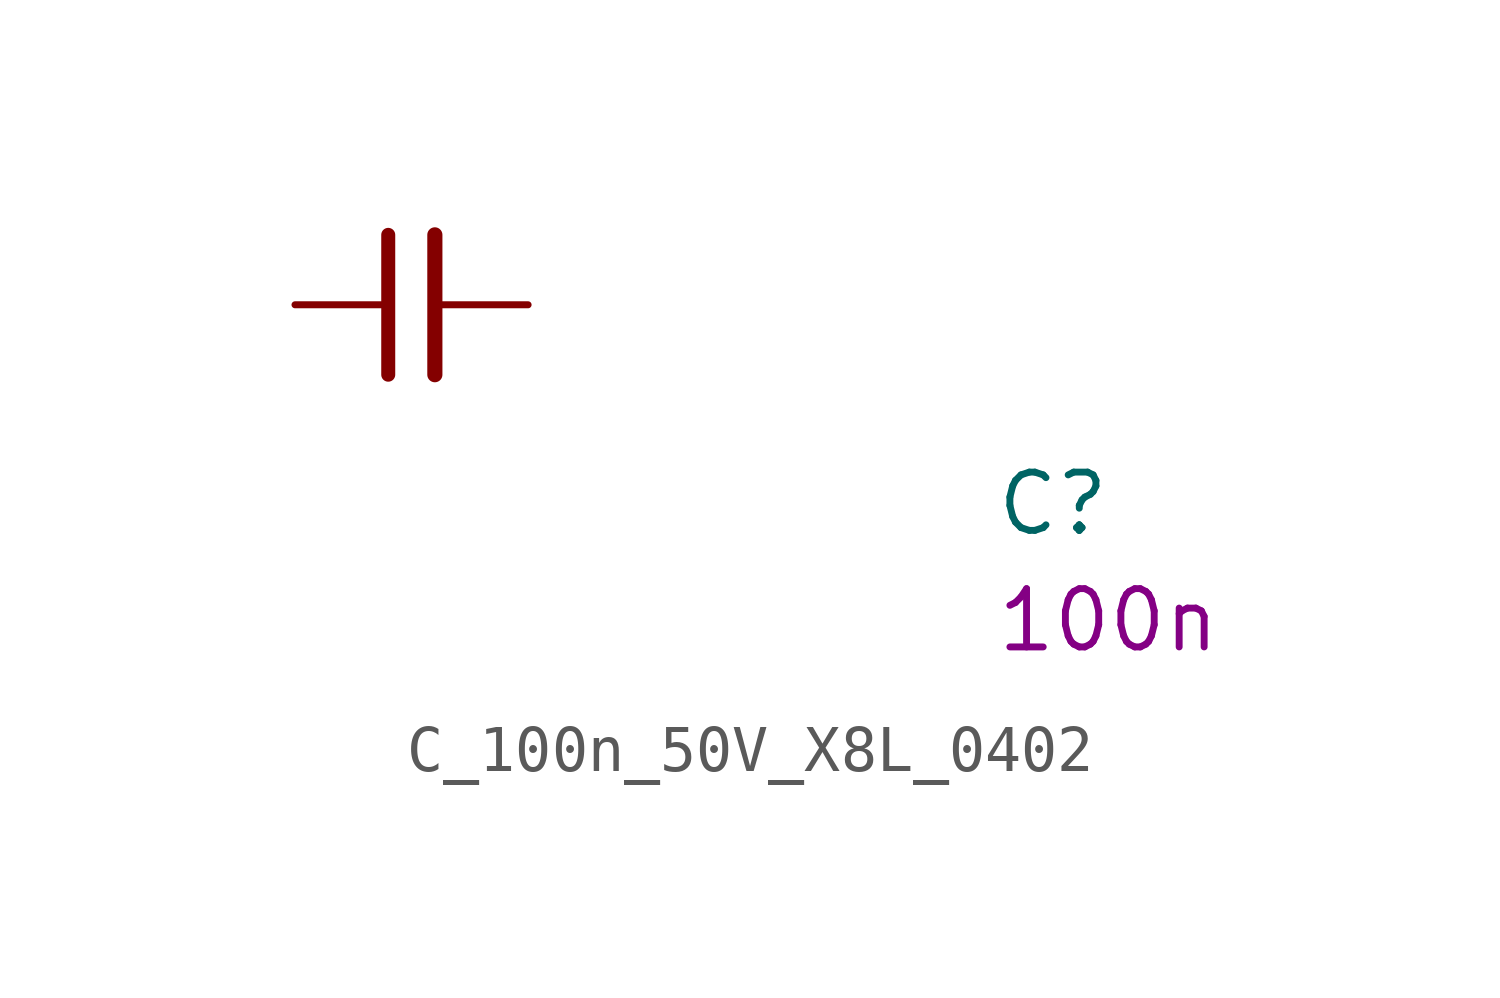
<source format=kicad_sym>
(kicad_symbol_lib
  (version 20220914)
  (generator kicad_symbol_editor)
  (symbol "C_100n_50V_X8L_0402"
    (pin_numbers hide)
    (pin_names hide)
    (property "Reference" "C"
      (at 15.24 -5.08 0)
      (effects (font (size 1.27 1.27) (thickness 0.15)) (justify left bottom)))
    (property "Val" "100n"
      (at 15.24 -7.62 0)
      (effects (font (size 1.27 1.27) (thickness 0.15)) (justify left bottom)))
    (symbol "C_100n_50V_X8L_0402_0_1"
      (polyline (pts (xy 2.032 -1.524) (xy 2.032 1.524)) (stroke (width 0.305) (type default)) (fill (type none)))
      (polyline (pts (xy 3.048 -1.524) (xy 3.048 1.524)) (stroke (width 0.33) (type default)) (fill (type none))))
    (symbol "C_100n_50V_X8L_0402_1_1"
      (pin passive line (at 0 0 0) (length 2.032) (name "~" (effects (font (size 1.27 1.27)))) (number "1" (effects (font (size 1.27 1.27)))))
      (pin passive line (at 5.08 0 180) (length 2.032) (name "~" (effects (font (size 1.27 1.27)))) (number "2" (effects (font (size 1.27 1.27))))))))
</source>
